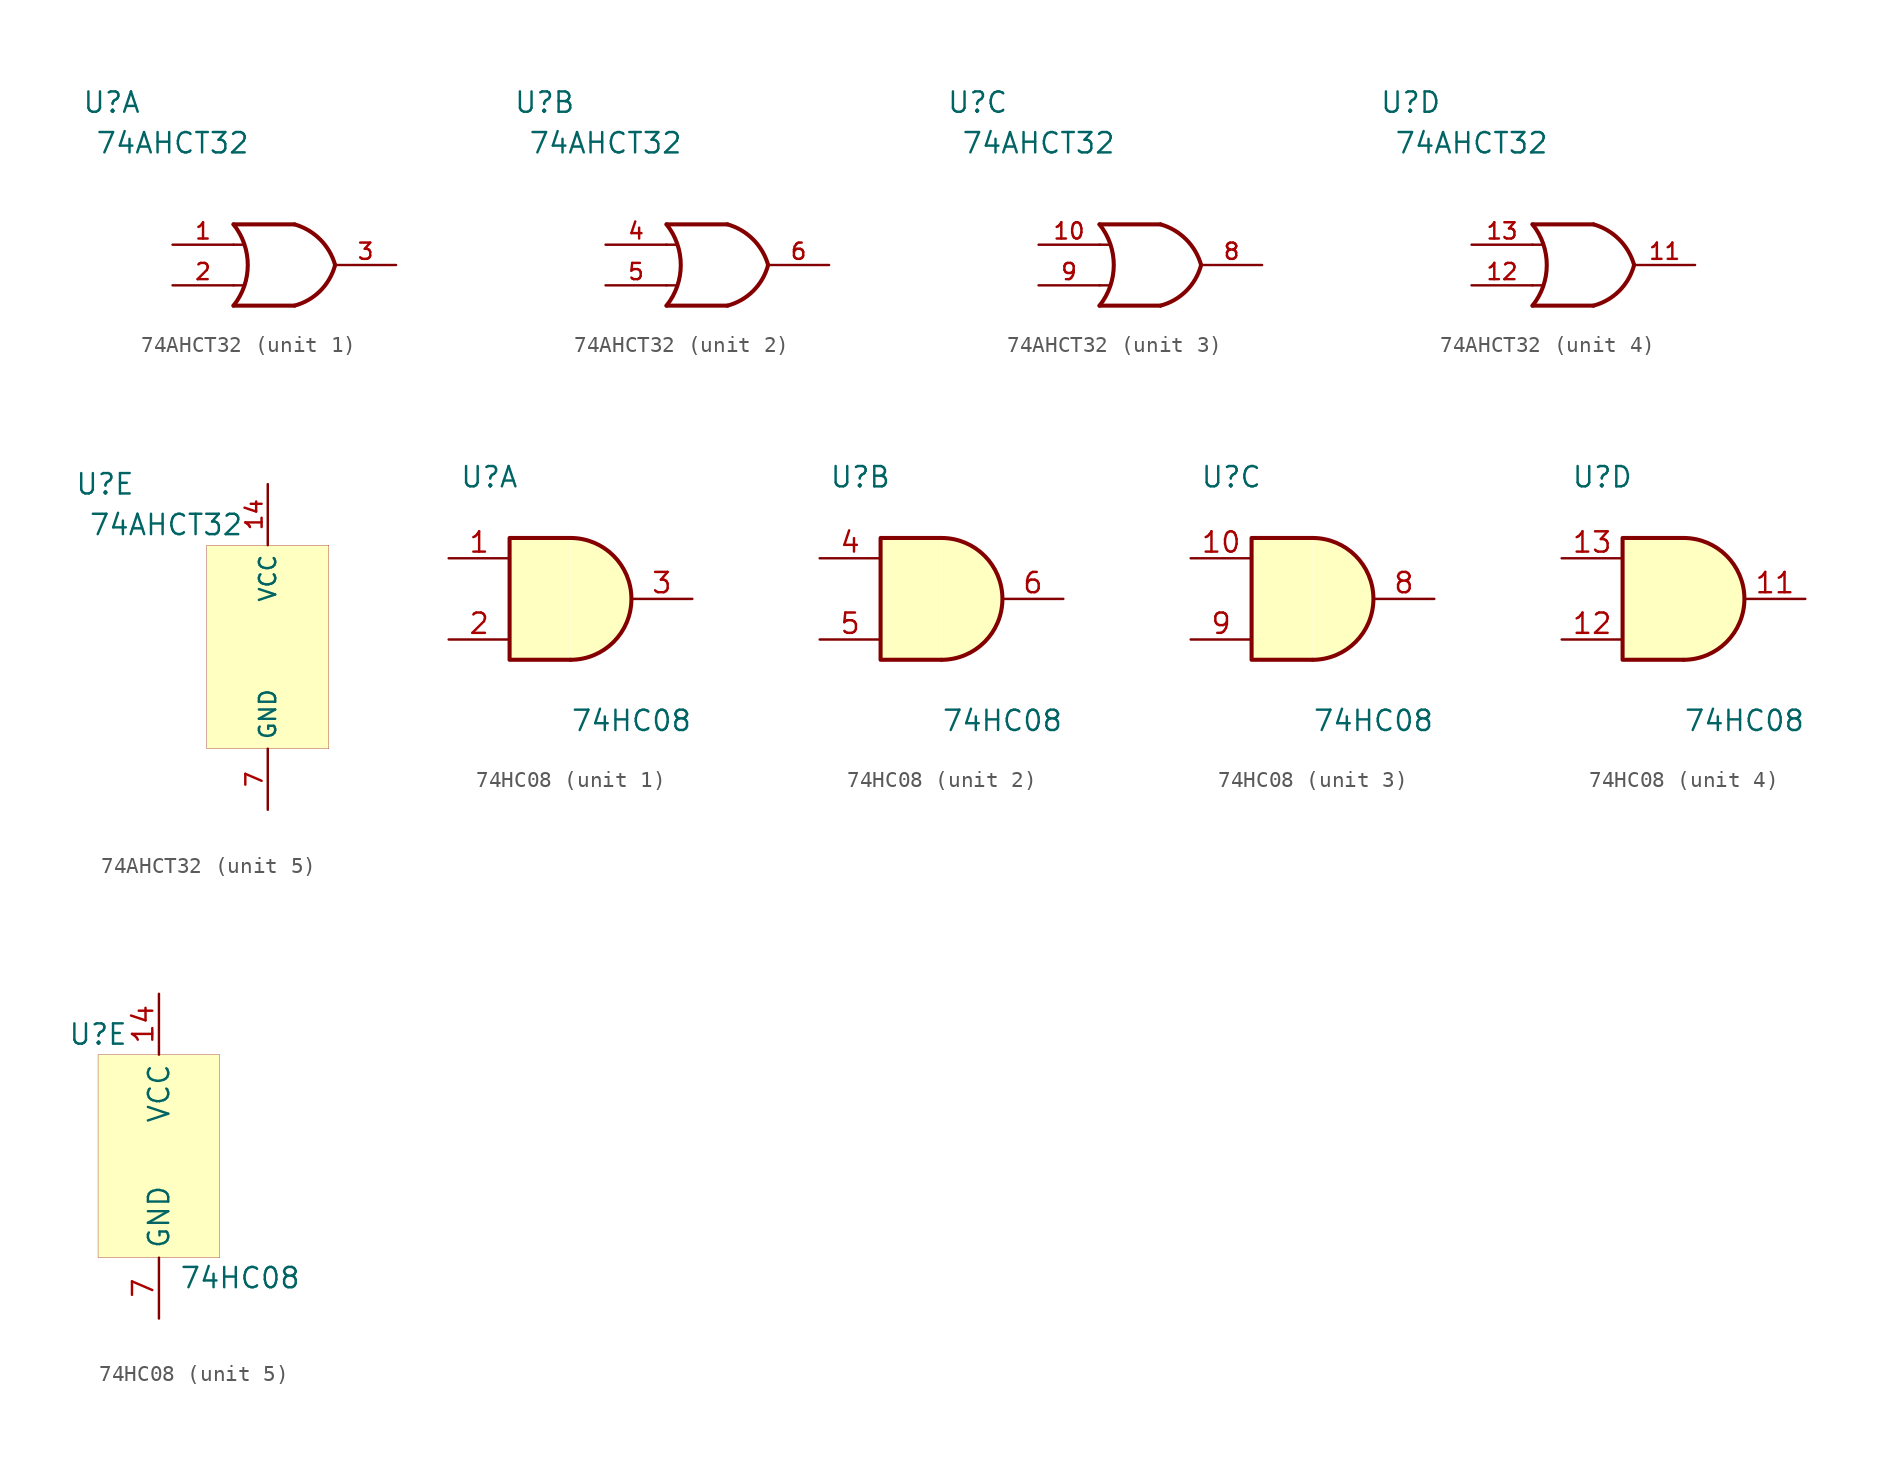
<source format=kicad_sym>
(kicad_symbol_lib
  (version 20200126)
  (host kicad_symbol_editor "(5.99.0-1879-g3bd4c0c5d)")
  (symbol "local-74xx:74AHCT32"
    (property "Reference" "U"
      (at -10.16 10.16 0)
      (effects (font (size 1.27 1.27))))
    (property "Value" "74AHCT32"
      (at -6.35 7.62 0)
      (effects (font (size 1.27 1.27))))
    (property "ki_locked" ""
      (at 0 0 0)
      (effects (font (size 1.27 1.27))))
    (symbol "74AHCT32_1_1"
      (arc (start -2.54 2.54) (end -2.54 -2.54) (radius (at -5.715 0) (length 4.064) (angles 38.6 -38.6)) (stroke (width 0.254)) (fill (type none)))
      (arc (start 1.27 2.54) (end 3.81 0) (radius (at 0.3048 -0.9398) (length 3.6068) (angles 74.4 15)) (stroke (width 0.254)) (fill (type none)))
      (arc (start 1.27 -2.54) (end 3.81 0) (radius (at 0.3048 0.9398) (length 3.6068) (angles -74.4 -15)) (stroke (width 0.254)) (fill (type none)))
      (polyline (pts (xy -2.54 -1.27) (xy -1.905 -1.27)) (stroke (width 0)) (fill (type none)))
      (polyline (pts (xy -2.54 1.27) (xy -1.905 1.27)) (stroke (width 0)) (fill (type none)))
      (polyline (pts (xy 1.27 -2.54) (xy -2.54 -2.54)) (stroke (width 0.254)) (fill (type background)))
      (polyline (pts (xy 1.27 2.54) (xy -2.54 2.54)) (stroke (width 0.254)) (fill (type background)))
      (pin output line (at 7.62 0 180) (length 3.81) (name "~" (effects (font (size 1.016 1.016)))) (number "3" (effects (font (size 1.016 1.016)))))
      (pin input line (at -6.35 1.27 0) (length 3.81) (name "~" (effects (font (size 1.016 1.016)))) (number "1" (effects (font (size 1.016 1.016)))))
      (pin input line (at -6.35 -1.27 0) (length 3.81) (name "~" (effects (font (size 1.016 1.016)))) (number "2" (effects (font (size 1.016 1.016))))))
    (symbol "74AHCT32_2_1"
      (arc (start -2.54 2.54) (end -2.54 -2.54) (radius (at -5.715 0) (length 4.064) (angles 38.6 -38.6)) (stroke (width 0.254)) (fill (type none)))
      (arc (start 1.27 2.54) (end 3.81 0) (radius (at 0.3048 -0.9398) (length 3.6068) (angles 74.4 15)) (stroke (width 0.254)) (fill (type none)))
      (arc (start 1.27 -2.54) (end 3.81 0) (radius (at 0.3048 0.9398) (length 3.6068) (angles -74.4 -15)) (stroke (width 0.254)) (fill (type none)))
      (polyline (pts (xy -2.54 -1.27) (xy -1.905 -1.27)) (stroke (width 0)) (fill (type none)))
      (polyline (pts (xy -2.54 1.27) (xy -1.905 1.27)) (stroke (width 0)) (fill (type none)))
      (polyline (pts (xy 1.27 -2.54) (xy -2.54 -2.54)) (stroke (width 0.254)) (fill (type background)))
      (polyline (pts (xy 1.27 2.54) (xy -2.54 2.54)) (stroke (width 0.254)) (fill (type background)))
      (pin input line (at -6.35 1.27 0) (length 3.81) (name "~" (effects (font (size 1.016 1.016)))) (number "4" (effects (font (size 1.016 1.016)))))
      (pin input line (at -6.35 -1.27 0) (length 3.81) (name "~" (effects (font (size 1.016 1.016)))) (number "5" (effects (font (size 1.016 1.016)))))
      (pin output line (at 7.62 0 180) (length 3.81) (name "~" (effects (font (size 1.016 1.016)))) (number "6" (effects (font (size 1.016 1.016))))))
    (symbol "74AHCT32_3_1"
      (arc (start -2.54 2.54) (end -2.54 -2.54) (radius (at -5.715 0) (length 4.064) (angles 38.6 -38.6)) (stroke (width 0.254)) (fill (type none)))
      (arc (start 1.27 2.54) (end 3.81 0) (radius (at 0.3048 -0.9398) (length 3.6068) (angles 74.4 15)) (stroke (width 0.254)) (fill (type none)))
      (arc (start 1.27 -2.54) (end 3.81 0) (radius (at 0.3048 0.9398) (length 3.6068) (angles -74.4 -15)) (stroke (width 0.254)) (fill (type none)))
      (polyline (pts (xy -2.54 -1.27) (xy -1.905 -1.27)) (stroke (width 0)) (fill (type none)))
      (polyline (pts (xy -2.54 1.27) (xy -1.905 1.27)) (stroke (width 0)) (fill (type none)))
      (polyline (pts (xy 1.27 -2.54) (xy -2.54 -2.54)) (stroke (width 0.254)) (fill (type background)))
      (polyline (pts (xy 1.27 2.54) (xy -2.54 2.54)) (stroke (width 0.254)) (fill (type background)))
      (pin input line (at -6.35 1.27 0) (length 3.81) (name "~" (effects (font (size 1.016 1.016)))) (number "10" (effects (font (size 1.016 1.016)))))
      (pin input line (at -6.35 -1.27 0) (length 3.81) (name "~" (effects (font (size 1.016 1.016)))) (number "9" (effects (font (size 1.016 1.016)))))
      (pin output line (at 7.62 0 180) (length 3.81) (name "~" (effects (font (size 1.016 1.016)))) (number "8" (effects (font (size 1.016 1.016))))))
    (symbol "74AHCT32_4_1"
      (arc (start -2.54 2.54) (end -2.54 -2.54) (radius (at -5.715 0) (length 4.064) (angles 38.6 -38.6)) (stroke (width 0.254)) (fill (type none)))
      (arc (start 1.27 2.54) (end 3.81 0) (radius (at 0.3048 -0.9398) (length 3.6068) (angles 74.4 15)) (stroke (width 0.254)) (fill (type none)))
      (arc (start 1.27 -2.54) (end 3.81 0) (radius (at 0.3048 0.9398) (length 3.6068) (angles -74.4 -15)) (stroke (width 0.254)) (fill (type none)))
      (polyline (pts (xy -2.54 -1.27) (xy -1.905 -1.27)) (stroke (width 0)) (fill (type none)))
      (polyline (pts (xy -2.54 1.27) (xy -1.905 1.27)) (stroke (width 0)) (fill (type none)))
      (polyline (pts (xy 1.27 -2.54) (xy -2.54 -2.54)) (stroke (width 0.254)) (fill (type background)))
      (polyline (pts (xy 1.27 2.54) (xy -2.54 2.54)) (stroke (width 0.254)) (fill (type background)))
      (pin input line (at -6.35 1.27 0) (length 3.81) (name "~" (effects (font (size 1.016 1.016)))) (number "13" (effects (font (size 1.016 1.016)))))
      (pin input line (at -6.35 -1.27 0) (length 3.81) (name "~" (effects (font (size 1.016 1.016)))) (number "12" (effects (font (size 1.016 1.016)))))
      (pin output line (at 7.62 0 180) (length 3.81) (name "~" (effects (font (size 1.016 1.016)))) (number "11" (effects (font (size 1.016 1.016))))))
    (symbol "74AHCT32_5_1"
      (rectangle (start -3.81 6.35) (end 3.81 -6.35) (stroke (width 0.001)) (fill (type background)))
      (pin power_in line (at 0 10.16 270) (length 3.81) (name "VCC" (effects (font (size 1.016 1.016)))) (number "14" (effects (font (size 1.016 1.016)))))
      (pin power_in line (at 0 -10.16 90) (length 3.81) (name "GND" (effects (font (size 1.016 1.016)))) (number "7" (effects (font (size 1.016 1.016)))))))
  (symbol "local-74xx:74HC08"
    (property "Reference" "U"
      (at -3.81 7.62 0)
      (effects (font (size 1.27 1.27))))
    (property "Value" "74HC08"
      (at 5.08 -7.62 0)
      (effects (font (size 1.27 1.27))))
    (property "ki_locked" ""
      (at 0 0 0)
      (effects (font (size 1.27 1.27))))
    (symbol "74HC08_1_1"
      (arc (start 1.27 -3.81) (end 1.27 3.81) (radius (at 1.27 0) (length 3.81) (angles -89.9 89.9)) (stroke (width 0.254)) (fill (type background)))
      (polyline (pts (xy 1.27 3.81) (xy -2.54 3.81) (xy -2.54 -3.81) (xy 1.27 -3.81)) (stroke (width 0.254)) (fill (type background)))
      (pin input line (at -6.35 2.54 0) (length 3.81) (name "~" (effects (font (size 1.27 1.27)))) (number "1" (effects (font (size 1.27 1.27)))))
      (pin input line (at -6.35 -2.54 0) (length 3.81) (name "~" (effects (font (size 1.27 1.27)))) (number "2" (effects (font (size 1.27 1.27)))))
      (pin output line (at 8.89 0 180) (length 3.81) (name "~" (effects (font (size 1.27 1.27)))) (number "3" (effects (font (size 1.27 1.27))))))
    (symbol "74HC08_2_1"
      (arc (start 1.27 -3.81) (end 1.27 3.81) (radius (at 1.27 0) (length 3.81) (angles -89.9 89.9)) (stroke (width 0.254)) (fill (type background)))
      (polyline (pts (xy 1.27 3.81) (xy -2.54 3.81) (xy -2.54 -3.81) (xy 1.27 -3.81)) (stroke (width 0.254)) (fill (type background)))
      (pin input line (at -6.35 2.54 0) (length 3.81) (name "~" (effects (font (size 1.27 1.27)))) (number "4" (effects (font (size 1.27 1.27)))))
      (pin input line (at -6.35 -2.54 0) (length 3.81) (name "~" (effects (font (size 1.27 1.27)))) (number "5" (effects (font (size 1.27 1.27)))))
      (pin output line (at 8.89 0 180) (length 3.81) (name "~" (effects (font (size 1.27 1.27)))) (number "6" (effects (font (size 1.27 1.27))))))
    (symbol "74HC08_3_1"
      (arc (start 1.27 -3.81) (end 1.27 3.81) (radius (at 1.27 0) (length 3.81) (angles -89.9 89.9)) (stroke (width 0.254)) (fill (type background)))
      (polyline (pts (xy 1.27 3.81) (xy -2.54 3.81) (xy -2.54 -3.81) (xy 1.27 -3.81)) (stroke (width 0.254)) (fill (type background)))
      (pin input line (at -6.35 2.54 0) (length 3.81) (name "~" (effects (font (size 1.27 1.27)))) (number "10" (effects (font (size 1.27 1.27)))))
      (pin input line (at -6.35 -2.54 0) (length 3.81) (name "~" (effects (font (size 1.27 1.27)))) (number "9" (effects (font (size 1.27 1.27)))))
      (pin output line (at 8.89 0 180) (length 3.81) (name "~" (effects (font (size 1.27 1.27)))) (number "8" (effects (font (size 1.27 1.27))))))
    (symbol "74HC08_4_1"
      (arc (start 1.27 -3.81) (end 1.27 3.81) (radius (at 1.27 0) (length 3.81) (angles -89.9 89.9)) (stroke (width 0.254)) (fill (type background)))
      (polyline (pts (xy 1.27 3.81) (xy -2.54 3.81) (xy -2.54 -3.81) (xy 1.27 -3.81)) (stroke (width 0.254)) (fill (type background)))
      (pin input line (at -6.35 2.54 0) (length 3.81) (name "~" (effects (font (size 1.27 1.27)))) (number "13" (effects (font (size 1.27 1.27)))))
      (pin input line (at -6.35 -2.54 0) (length 3.81) (name "~" (effects (font (size 1.27 1.27)))) (number "12" (effects (font (size 1.27 1.27)))))
      (pin output line (at 8.89 0 180) (length 3.81) (name "~" (effects (font (size 1.27 1.27)))) (number "11" (effects (font (size 1.27 1.27))))))
    (symbol "74HC08_5_1"
      (rectangle (start -3.81 6.35) (end 3.81 -6.35) (stroke (width 0.001)) (fill (type background)))
      (pin power_in line (at 0 10.16 270) (length 3.81) (name "VCC" (effects (font (size 1.27 1.27)))) (number "14" (effects (font (size 1.27 1.27)))))
      (pin power_in line (at 0 -10.16 90) (length 3.81) (name "GND" (effects (font (size 1.27 1.27)))) (number "7" (effects (font (size 1.27 1.27))))))))
</source>
